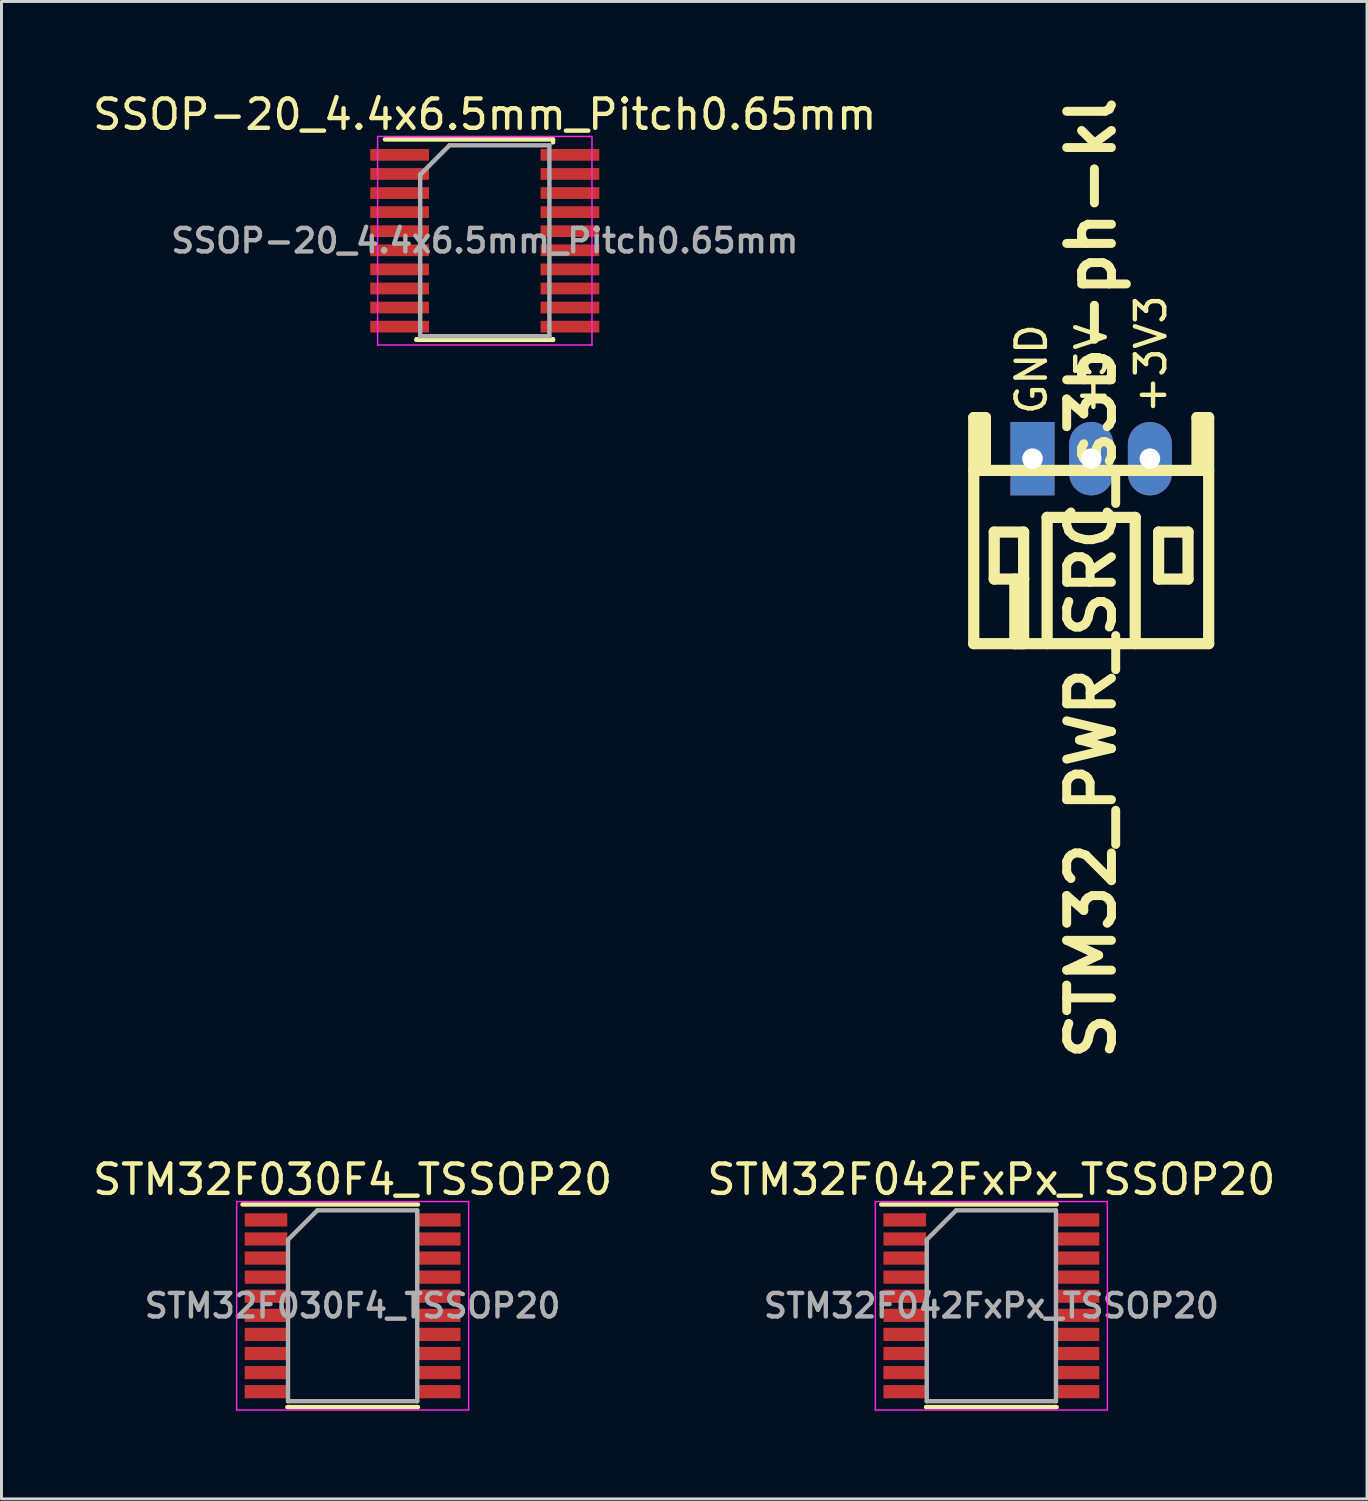
<source format=kicad_pcb>
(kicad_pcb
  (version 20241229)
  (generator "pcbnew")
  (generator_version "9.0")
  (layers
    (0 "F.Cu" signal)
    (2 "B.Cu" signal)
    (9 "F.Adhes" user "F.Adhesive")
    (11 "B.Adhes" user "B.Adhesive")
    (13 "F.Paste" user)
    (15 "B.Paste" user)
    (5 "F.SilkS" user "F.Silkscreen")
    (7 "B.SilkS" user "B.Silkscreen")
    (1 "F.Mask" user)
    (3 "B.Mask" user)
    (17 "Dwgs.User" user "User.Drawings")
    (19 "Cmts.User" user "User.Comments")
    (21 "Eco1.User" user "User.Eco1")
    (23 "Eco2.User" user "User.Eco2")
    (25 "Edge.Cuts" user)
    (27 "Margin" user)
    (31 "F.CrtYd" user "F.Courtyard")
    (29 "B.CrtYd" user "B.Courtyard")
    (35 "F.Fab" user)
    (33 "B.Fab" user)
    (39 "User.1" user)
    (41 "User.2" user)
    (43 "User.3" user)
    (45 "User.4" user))
  (footprint "STM32F042FxPx_TSSOP20"
    (layer "F.Cu")
    (at 30.708 41.415)
    (property "Reference" "STM32F042FxPx_TSSOP20" (at 0 -4.3 0) (layer "F.SilkS") (effects (font (size 1 1) (thickness 0.15))))
    (attr smd)
    (fp_line (start -3.75 -3.45) (end 2.225 -3.45) (stroke (width 0.15) (type solid)) (layer "F.SilkS"))
    (fp_line (start -2.225 3.45) (end 2.225 3.45) (stroke (width 0.15) (type solid)) (layer "F.SilkS"))
    (fp_line (start -3.95 -3.55) (end -3.95 3.55) (stroke (width 0.05) (type solid)) (layer "F.CrtYd"))
    (fp_line (start -3.95 -3.55) (end 3.95 -3.55) (stroke (width 0.05) (type solid)) (layer "F.CrtYd"))
    (fp_line (start -3.95 3.55) (end 3.95 3.55) (stroke (width 0.05) (type solid)) (layer "F.CrtYd"))
    (fp_line (start 3.95 -3.55) (end 3.95 3.55) (stroke (width 0.05) (type solid)) (layer "F.CrtYd"))
    (fp_line (start -2.2 -2.25) (end -1.2 -3.25) (stroke (width 0.15) (type solid)) (layer "F.Fab"))
    (fp_line (start -2.2 3.25) (end -2.2 -2.25) (stroke (width 0.15) (type solid)) (layer "F.Fab"))
    (fp_line (start -1.2 -3.25) (end 2.2 -3.25) (stroke (width 0.15) (type solid)) (layer "F.Fab"))
    (fp_line (start 2.2 -3.25) (end 2.2 3.25) (stroke (width 0.15) (type solid)) (layer "F.Fab"))
    (fp_line (start 2.2 3.25) (end -2.2 3.25) (stroke (width 0.15) (type solid)) (layer "F.Fab"))
    (fp_text user "${REFERENCE}" (at 0 0 0) (layer "F.Fab") (effects (font (size 0.8 0.8) (thickness 0.15))))
    (pad "1" smd rect (at -2.95 -2.925) (size 1.45 0.45) (layers "F.Cu" "F.Mask" "F.Paste"))
    (pad "2" smd rect (at -2.95 -2.275) (size 1.45 0.45) (layers "F.Cu" "F.Mask" "F.Paste"))
    (pad "3" smd rect (at -2.95 -1.625) (size 1.45 0.45) (layers "F.Cu" "F.Mask" "F.Paste"))
    (pad "4" smd rect (at -2.95 -0.975) (size 1.45 0.45) (layers "F.Cu" "F.Mask" "F.Paste"))
    (pad "5" smd rect (at -2.95 -0.325) (size 1.45 0.45) (layers "F.Cu" "F.Mask" "F.Paste"))
    (pad "6" smd rect (at -2.95 0.325) (size 1.45 0.45) (layers "F.Cu" "F.Mask" "F.Paste"))
    (pad "7" smd rect (at -2.95 0.975) (size 1.45 0.45) (layers "F.Cu" "F.Mask" "F.Paste"))
    (pad "8" smd rect (at -2.95 1.625) (size 1.45 0.45) (layers "F.Cu" "F.Mask" "F.Paste"))
    (pad "9" smd rect (at -2.95 2.275) (size 1.45 0.45) (layers "F.Cu" "F.Mask" "F.Paste"))
    (pad "10" smd rect (at -2.95 2.925) (size 1.45 0.45) (layers "F.Cu" "F.Mask" "F.Paste"))
    (pad "11" smd rect (at 2.95 2.925) (size 1.45 0.45) (layers "F.Cu" "F.Mask" "F.Paste"))
    (pad "12" smd rect (at 2.95 2.275) (size 1.45 0.45) (layers "F.Cu" "F.Mask" "F.Paste"))
    (pad "13" smd rect (at 2.95 1.625) (size 1.45 0.45) (layers "F.Cu" "F.Mask" "F.Paste"))
    (pad "14" smd rect (at 2.95 0.975) (size 1.45 0.45) (layers "F.Cu" "F.Mask" "F.Paste"))
    (pad "15" smd rect (at 2.95 0.325) (size 1.45 0.45) (layers "F.Cu" "F.Mask" "F.Paste"))
    (pad "16" smd rect (at 2.95 -0.325) (size 1.45 0.45) (layers "F.Cu" "F.Mask" "F.Paste"))
    (pad "17" smd rect (at 2.95 -0.975) (size 1.45 0.45) (layers "F.Cu" "F.Mask" "F.Paste"))
    (pad "18" smd rect (at 2.95 -1.625) (size 1.45 0.45) (layers "F.Cu" "F.Mask" "F.Paste"))
    (pad "19" smd rect (at 2.95 -2.275) (size 1.45 0.45) (layers "F.Cu" "F.Mask" "F.Paste"))
    (pad "20" smd rect (at 2.95 -2.925) (size 1.45 0.45) (layers "F.Cu" "F.Mask" "F.Paste")))
  (footprint "SSOP-20_4.4x6.5mm_Pitch0.65mm"
    (layer "F.Cu")
    (at 13.458 5.148)
    (property "Reference" "SSOP-20_4.4x6.5mm_Pitch0.65mm" (at 0 -4.3 0) (layer "F.SilkS") (effects (font (size 1 1) (thickness 0.15))))
    (attr smd)
    (fp_line (start -3.4 -3.45) (end 2.325 -3.45) (stroke (width 0.15) (type solid)) (layer "F.SilkS"))
    (fp_line (start -2.325 3.375) (end -2.325 3.35) (stroke (width 0.15) (type solid)) (layer "F.SilkS"))
    (fp_line (start -2.325 3.375) (end 2.325 3.375) (stroke (width 0.15) (type solid)) (layer "F.SilkS"))
    (fp_line (start 2.325 -3.45) (end 2.325 -3.35) (stroke (width 0.15) (type solid)) (layer "F.SilkS"))
    (fp_line (start 2.325 3.375) (end 2.325 3.35) (stroke (width 0.15) (type solid)) (layer "F.SilkS"))
    (fp_line (start -3.65 -3.55) (end -3.65 3.55) (stroke (width 0.05) (type solid)) (layer "F.CrtYd"))
    (fp_line (start -3.65 -3.55) (end 3.65 -3.55) (stroke (width 0.05) (type solid)) (layer "F.CrtYd"))
    (fp_line (start -3.65 3.55) (end 3.65 3.55) (stroke (width 0.05) (type solid)) (layer "F.CrtYd"))
    (fp_line (start 3.65 -3.55) (end 3.65 3.55) (stroke (width 0.05) (type solid)) (layer "F.CrtYd"))
    (fp_line (start -2.2 -2.25) (end -1.2 -3.25) (stroke (width 0.15) (type solid)) (layer "F.Fab"))
    (fp_line (start -2.2 3.25) (end -2.2 -2.25) (stroke (width 0.15) (type solid)) (layer "F.Fab"))
    (fp_line (start -1.2 -3.25) (end 2.2 -3.25) (stroke (width 0.15) (type solid)) (layer "F.Fab"))
    (fp_line (start 2.2 -3.25) (end 2.2 3.25) (stroke (width 0.15) (type solid)) (layer "F.Fab"))
    (fp_line (start 2.2 3.25) (end -2.2 3.25) (stroke (width 0.15) (type solid)) (layer "F.Fab"))
    (fp_text user "${REFERENCE}" (at 0 0 0) (layer "F.Fab") (effects (font (size 0.8 0.8) (thickness 0.15))))
    (pad "1" smd rect (at -2.9 -2.925) (size 2 0.4) (layers "F.Cu" "F.Mask" "F.Paste"))
    (pad "2" smd rect (at -2.9 -2.275) (size 2 0.4) (layers "F.Cu" "F.Mask" "F.Paste"))
    (pad "3" smd rect (at -2.9 -1.625) (size 2 0.4) (layers "F.Cu" "F.Mask" "F.Paste"))
    (pad "4" smd rect (at -2.9 -0.975) (size 2 0.4) (layers "F.Cu" "F.Mask" "F.Paste"))
    (pad "5" smd rect (at -2.9 -0.325) (size 2 0.4) (layers "F.Cu" "F.Mask" "F.Paste"))
    (pad "6" smd rect (at -2.9 0.325) (size 2 0.4) (layers "F.Cu" "F.Mask" "F.Paste"))
    (pad "7" smd rect (at -2.9 0.975) (size 2 0.4) (layers "F.Cu" "F.Mask" "F.Paste"))
    (pad "8" smd rect (at -2.9 1.625) (size 2 0.4) (layers "F.Cu" "F.Mask" "F.Paste"))
    (pad "9" smd rect (at -2.9 2.275) (size 2 0.4) (layers "F.Cu" "F.Mask" "F.Paste"))
    (pad "10" smd rect (at -2.9 2.925) (size 2 0.4) (layers "F.Cu" "F.Mask" "F.Paste"))
    (pad "11" smd rect (at 2.9 2.925) (size 2 0.4) (layers "F.Cu" "F.Mask" "F.Paste"))
    (pad "12" smd rect (at 2.9 2.275) (size 2 0.4) (layers "F.Cu" "F.Mask" "F.Paste"))
    (pad "13" smd rect (at 2.9 1.625) (size 2 0.4) (layers "F.Cu" "F.Mask" "F.Paste"))
    (pad "14" smd rect (at 2.9 0.975) (size 2 0.4) (layers "F.Cu" "F.Mask" "F.Paste"))
    (pad "15" smd rect (at 2.9 0.325) (size 2 0.4) (layers "F.Cu" "F.Mask" "F.Paste"))
    (pad "16" smd rect (at 2.9 -0.325) (size 2 0.4) (layers "F.Cu" "F.Mask" "F.Paste"))
    (pad "17" smd rect (at 2.9 -0.975) (size 2 0.4) (layers "F.Cu" "F.Mask" "F.Paste"))
    (pad "18" smd rect (at 2.9 -1.625) (size 2 0.4) (layers "F.Cu" "F.Mask" "F.Paste"))
    (pad "19" smd rect (at 2.9 -2.275) (size 2 0.4) (layers "F.Cu" "F.Mask" "F.Paste"))
    (pad "20" smd rect (at 2.9 -2.925) (size 2 0.4) (layers "F.Cu" "F.Mask" "F.Paste")))
  (footprint "STM32F030F4_TSSOP20"
    (layer "F.Cu")
    (at 8.958 41.415)
    (property "Reference" "STM32F030F4_TSSOP20" (at 0 -4.3 0) (layer "F.SilkS") (effects (font (size 1 1) (thickness 0.15))))
    (attr smd)
    (fp_line (start -3.75 -3.45) (end 2.225 -3.45) (stroke (width 0.15) (type solid)) (layer "F.SilkS"))
    (fp_line (start -2.225 3.45) (end 2.225 3.45) (stroke (width 0.15) (type solid)) (layer "F.SilkS"))
    (fp_line (start -3.95 -3.55) (end -3.95 3.55) (stroke (width 0.05) (type solid)) (layer "F.CrtYd"))
    (fp_line (start -3.95 -3.55) (end 3.95 -3.55) (stroke (width 0.05) (type solid)) (layer "F.CrtYd"))
    (fp_line (start -3.95 3.55) (end 3.95 3.55) (stroke (width 0.05) (type solid)) (layer "F.CrtYd"))
    (fp_line (start 3.95 -3.55) (end 3.95 3.55) (stroke (width 0.05) (type solid)) (layer "F.CrtYd"))
    (fp_line (start -2.2 -2.25) (end -1.2 -3.25) (stroke (width 0.15) (type solid)) (layer "F.Fab"))
    (fp_line (start -2.2 3.25) (end -2.2 -2.25) (stroke (width 0.15) (type solid)) (layer "F.Fab"))
    (fp_line (start -1.2 -3.25) (end 2.2 -3.25) (stroke (width 0.15) (type solid)) (layer "F.Fab"))
    (fp_line (start 2.2 -3.25) (end 2.2 3.25) (stroke (width 0.15) (type solid)) (layer "F.Fab"))
    (fp_line (start 2.2 3.25) (end -2.2 3.25) (stroke (width 0.15) (type solid)) (layer "F.Fab"))
    (fp_text user "${REFERENCE}" (at 0 0 0) (layer "F.Fab") (effects (font (size 0.8 0.8) (thickness 0.15))))
    (pad "1" smd rect (at -2.95 -2.925) (size 1.45 0.45) (layers "F.Cu" "F.Mask" "F.Paste"))
    (pad "2" smd rect (at -2.95 -2.275) (size 1.45 0.45) (layers "F.Cu" "F.Mask" "F.Paste"))
    (pad "3" smd rect (at -2.95 -1.625) (size 1.45 0.45) (layers "F.Cu" "F.Mask" "F.Paste"))
    (pad "4" smd rect (at -2.95 -0.975) (size 1.45 0.45) (layers "F.Cu" "F.Mask" "F.Paste"))
    (pad "5" smd rect (at -2.95 -0.325) (size 1.45 0.45) (layers "F.Cu" "F.Mask" "F.Paste"))
    (pad "6" smd rect (at -2.95 0.325) (size 1.45 0.45) (layers "F.Cu" "F.Mask" "F.Paste"))
    (pad "7" smd rect (at -2.95 0.975) (size 1.45 0.45) (layers "F.Cu" "F.Mask" "F.Paste"))
    (pad "8" smd rect (at -2.95 1.625) (size 1.45 0.45) (layers "F.Cu" "F.Mask" "F.Paste"))
    (pad "9" smd rect (at -2.95 2.275) (size 1.45 0.45) (layers "F.Cu" "F.Mask" "F.Paste"))
    (pad "10" smd rect (at -2.95 2.925) (size 1.45 0.45) (layers "F.Cu" "F.Mask" "F.Paste"))
    (pad "11" smd rect (at 2.95 2.925) (size 1.45 0.45) (layers "F.Cu" "F.Mask" "F.Paste"))
    (pad "12" smd rect (at 2.95 2.275) (size 1.45 0.45) (layers "F.Cu" "F.Mask" "F.Paste"))
    (pad "13" smd rect (at 2.95 1.625) (size 1.45 0.45) (layers "F.Cu" "F.Mask" "F.Paste"))
    (pad "14" smd rect (at 2.95 0.975) (size 1.45 0.45) (layers "F.Cu" "F.Mask" "F.Paste"))
    (pad "15" smd rect (at 2.95 0.325) (size 1.45 0.45) (layers "F.Cu" "F.Mask" "F.Paste"))
    (pad "16" smd rect (at 2.95 -0.325) (size 1.45 0.45) (layers "F.Cu" "F.Mask" "F.Paste"))
    (pad "17" smd rect (at 2.95 -0.975) (size 1.45 0.45) (layers "F.Cu" "F.Mask" "F.Paste"))
    (pad "18" smd rect (at 2.95 -1.625) (size 1.45 0.45) (layers "F.Cu" "F.Mask" "F.Paste"))
    (pad "19" smd rect (at 2.95 -2.275) (size 1.45 0.45) (layers "F.Cu" "F.Mask" "F.Paste"))
    (pad "20" smd rect (at 2.95 -2.925) (size 1.45 0.45) (layers "F.Cu" "F.Mask" "F.Paste")))
  (footprint "STM32_PWR_SRC_s3b-ph-kl"
    (layer "F.Cu")
    (at 34.108 12.569)
    (property "Reference" "STM32_PWR_SRC_s3b-ph-kl" (at 0 4.064 90) (layer "F.SilkS") (effects (font (size 1.524 1.524) (thickness 0.305))))
    (attr through_hole)
    (fp_line (start -4 -1.4) (end -4 6.299) (stroke (width 0.381) (type solid)) (layer "F.SilkS"))
    (fp_line (start -4 0.399) (end 4 0.399) (stroke (width 0.381) (type solid)) (layer "F.SilkS"))
    (fp_line (start -4 6.299) (end 4 6.299) (stroke (width 0.381) (type solid)) (layer "F.SilkS"))
    (fp_line (start -3.8 -1.4) (end -3.8 0.399) (stroke (width 0.381) (type solid)) (layer "F.SilkS"))
    (fp_line (start -3.602 -1.4) (end -4 -1.4) (stroke (width 0.381) (type solid)) (layer "F.SilkS"))
    (fp_line (start -3.602 0.399) (end -3.602 -1.4) (stroke (width 0.381) (type solid)) (layer "F.SilkS"))
    (fp_line (start -3.302 2.499) (end -2.301 2.499) (stroke (width 0.381) (type solid)) (layer "F.SilkS"))
    (fp_line (start -3.302 4.1) (end -3.302 2.499) (stroke (width 0.381) (type solid)) (layer "F.SilkS"))
    (fp_line (start -2.601 6.299) (end -2.601 4.1) (stroke (width 0.381) (type solid)) (layer "F.SilkS"))
    (fp_line (start -2.301 2.499) (end -2.301 4.1) (stroke (width 0.381) (type solid)) (layer "F.SilkS"))
    (fp_line (start -2.301 4.1) (end -3.302 4.1) (stroke (width 0.381) (type solid)) (layer "F.SilkS"))
    (fp_line (start -2.301 4.1) (end -2.301 6.299) (stroke (width 0.381) (type solid)) (layer "F.SilkS"))
    (fp_line (start -2.301 6.299) (end -2.601 6.299) (stroke (width 0.381) (type solid)) (layer "F.SilkS"))
    (fp_line (start -1.501 1.999) (end -1.501 6.299) (stroke (width 0.381) (type solid)) (layer "F.SilkS"))
    (fp_line (start -1.501 1.999) (end 1.501 1.999) (stroke (width 0.381) (type solid)) (layer "F.SilkS"))
    (fp_line (start 1.499 1.999) (end 1.499 6.299) (stroke (width 0.381) (type solid)) (layer "F.SilkS"))
    (fp_line (start 2.296 2.499) (end 3.297 2.499) (stroke (width 0.381) (type solid)) (layer "F.SilkS"))
    (fp_line (start 2.296 4.1) (end 2.296 2.499) (stroke (width 0.381) (type solid)) (layer "F.SilkS"))
    (fp_line (start 3.297 2.499) (end 3.297 4.1) (stroke (width 0.381) (type solid)) (layer "F.SilkS"))
    (fp_line (start 3.297 4.1) (end 2.296 4.1) (stroke (width 0.381) (type solid)) (layer "F.SilkS"))
    (fp_line (start 3.602 -1.4) (end 3.602 0.399) (stroke (width 0.381) (type solid)) (layer "F.SilkS"))
    (fp_line (start 3.8 -1.4) (end 3.8 0.399) (stroke (width 0.381) (type solid)) (layer "F.SilkS"))
    (fp_line (start 4 -1.4) (end 3.602 -1.4) (stroke (width 0.381) (type solid)) (layer "F.SilkS"))
    (fp_line (start 4 6.299) (end 4 -1.4) (stroke (width 0.381) (type solid)) (layer "F.SilkS"))
    (fp_text user "+3V3" (at 2.032 -3.556 90) (layer "F.SilkS") (effects (font (size 1 1) (thickness 0.15))))
    (fp_text user "GND" (at -2.032 -3.048 90) (layer "F.SilkS") (effects (font (size 1 1) (thickness 0.15))))
    (fp_text user "+5V" (at 0 -3.048 90) (layer "F.SilkS") (effects (font (size 1 1) (thickness 0.15))))
    (pad "1" thru_hole rect (at -1.999 0) (size 1.5 2.5) (drill 0.701) (layers "*.Cu" "*.Mask"))
    (pad "2" thru_hole oval (at 0 0) (size 1.5 2.5) (drill 0.701) (layers "*.Cu" "*.Mask"))
    (pad "3" thru_hole oval (at 1.999 0) (size 1.5 2.5) (drill 0.701) (layers "*.Cu" "*.Mask")))
  (gr_rect
    (start -3 -3)
    (end 43.5 47.99)
    (stroke (width 0.1) (type default))
    (fill no)
    (layer "Edge.Cuts")))
</source>
